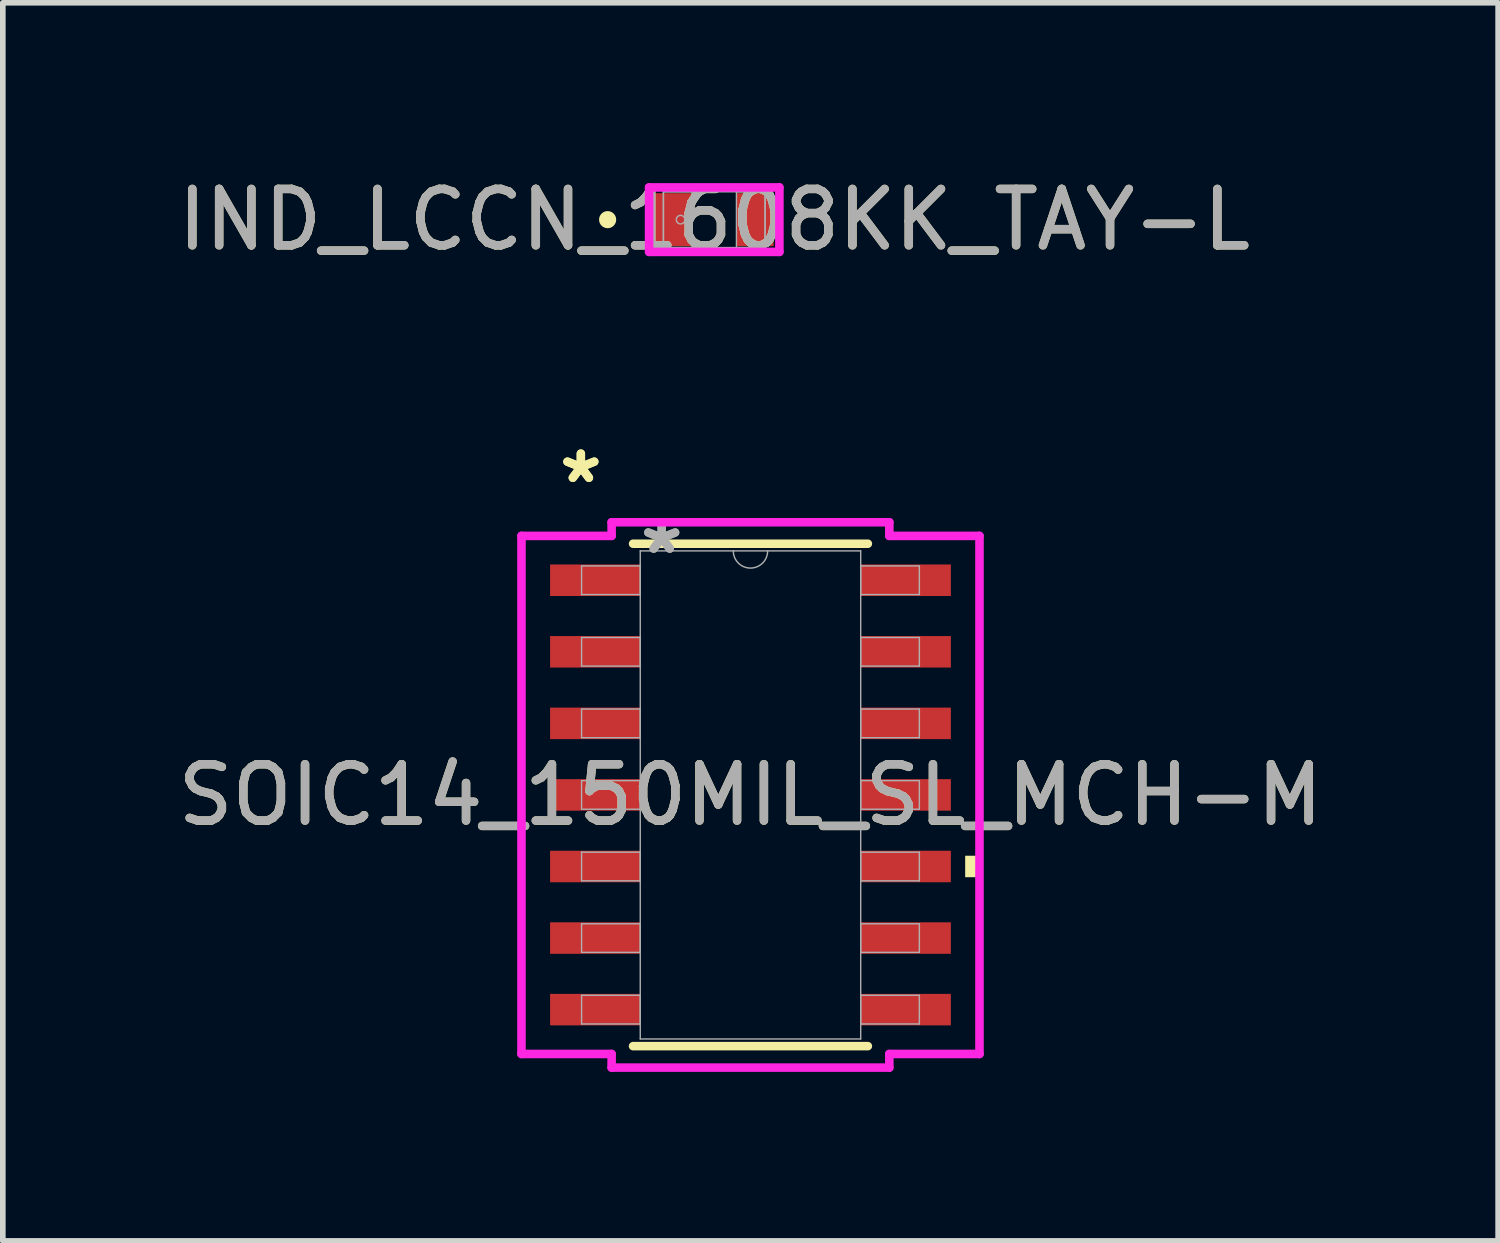
<source format=kicad_pcb>
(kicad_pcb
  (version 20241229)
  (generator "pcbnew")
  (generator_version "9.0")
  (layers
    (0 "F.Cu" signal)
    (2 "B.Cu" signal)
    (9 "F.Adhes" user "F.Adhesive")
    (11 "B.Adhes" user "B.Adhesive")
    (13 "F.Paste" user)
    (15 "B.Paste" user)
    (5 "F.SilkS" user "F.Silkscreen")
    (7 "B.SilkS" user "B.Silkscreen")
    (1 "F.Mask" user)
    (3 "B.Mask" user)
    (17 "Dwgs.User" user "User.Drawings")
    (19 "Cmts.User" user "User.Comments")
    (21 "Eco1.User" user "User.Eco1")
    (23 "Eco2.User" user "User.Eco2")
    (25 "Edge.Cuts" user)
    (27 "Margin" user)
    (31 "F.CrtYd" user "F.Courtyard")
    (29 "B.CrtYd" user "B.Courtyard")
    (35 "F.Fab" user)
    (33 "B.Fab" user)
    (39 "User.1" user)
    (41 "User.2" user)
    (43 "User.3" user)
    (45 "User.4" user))
  (footprint "SOIC14_150MIL_SL_MCH-M"
    (layer "F.Cu")
    (at 10.268 11.057)
    (property "Reference" "SOIC14_150MIL_SL_MCH-M" (at 0 0 0) (unlocked yes) (layer "F.SilkS") (effects (font (size 1 1) (thickness 0.15))))
    (attr smd)
    (fp_line (start -2.083 4.458) (end 2.083 4.458) (stroke (width 0.152) (type solid)) (layer "F.SilkS"))
    (fp_line (start 2.083 -4.458) (end -2.083 -4.458) (stroke (width 0.152) (type solid)) (layer "F.SilkS"))
    (fp_poly (pts (xy 4.064 1.079) (xy 4.064 1.46) (xy 3.81 1.46) (xy 3.81 1.079)) (stroke (width 0) (type solid)) (fill yes) (layer "F.SilkS"))
    (fp_line (start -4.064 -4.597) (end -2.464 -4.597) (stroke (width 0.152) (type solid)) (layer "F.CrtYd"))
    (fp_line (start -4.064 4.597) (end -4.064 -4.597) (stroke (width 0.152) (type solid)) (layer "F.CrtYd"))
    (fp_line (start -4.064 4.597) (end -2.464 4.597) (stroke (width 0.152) (type solid)) (layer "F.CrtYd"))
    (fp_line (start -2.464 -4.839) (end 2.464 -4.839) (stroke (width 0.152) (type solid)) (layer "F.CrtYd"))
    (fp_line (start -2.464 -4.597) (end -2.464 -4.839) (stroke (width 0.152) (type solid)) (layer "F.CrtYd"))
    (fp_line (start -2.464 4.839) (end -2.464 4.597) (stroke (width 0.152) (type solid)) (layer "F.CrtYd"))
    (fp_line (start 2.464 -4.839) (end 2.464 -4.597) (stroke (width 0.152) (type solid)) (layer "F.CrtYd"))
    (fp_line (start 2.464 4.597) (end 2.464 4.839) (stroke (width 0.152) (type solid)) (layer "F.CrtYd"))
    (fp_line (start 2.464 4.839) (end -2.464 4.839) (stroke (width 0.152) (type solid)) (layer "F.CrtYd"))
    (fp_line (start 4.064 -4.597) (end 2.464 -4.597) (stroke (width 0.152) (type solid)) (layer "F.CrtYd"))
    (fp_line (start 4.064 -4.597) (end 4.064 4.597) (stroke (width 0.152) (type solid)) (layer "F.CrtYd"))
    (fp_line (start 4.064 4.597) (end 2.464 4.597) (stroke (width 0.152) (type solid)) (layer "F.CrtYd"))
    (fp_line (start -2.997 -4.064) (end -2.997 -3.556) (stroke (width 0.025) (type solid)) (layer "F.Fab"))
    (fp_line (start -2.997 -3.556) (end -1.956 -3.556) (stroke (width 0.025) (type solid)) (layer "F.Fab"))
    (fp_line (start -2.997 -2.794) (end -2.997 -2.286) (stroke (width 0.025) (type solid)) (layer "F.Fab"))
    (fp_line (start -2.997 -2.286) (end -1.956 -2.286) (stroke (width 0.025) (type solid)) (layer "F.Fab"))
    (fp_line (start -2.997 -1.524) (end -2.997 -1.016) (stroke (width 0.025) (type solid)) (layer "F.Fab"))
    (fp_line (start -2.997 -1.016) (end -1.956 -1.016) (stroke (width 0.025) (type solid)) (layer "F.Fab"))
    (fp_line (start -2.997 -0.254) (end -2.997 0.254) (stroke (width 0.025) (type solid)) (layer "F.Fab"))
    (fp_line (start -2.997 0.254) (end -1.956 0.254) (stroke (width 0.025) (type solid)) (layer "F.Fab"))
    (fp_line (start -2.997 1.016) (end -2.997 1.524) (stroke (width 0.025) (type solid)) (layer "F.Fab"))
    (fp_line (start -2.997 1.524) (end -1.956 1.524) (stroke (width 0.025) (type solid)) (layer "F.Fab"))
    (fp_line (start -2.997 2.286) (end -2.997 2.794) (stroke (width 0.025) (type solid)) (layer "F.Fab"))
    (fp_line (start -2.997 2.794) (end -1.956 2.794) (stroke (width 0.025) (type solid)) (layer "F.Fab"))
    (fp_line (start -2.997 3.556) (end -2.997 4.064) (stroke (width 0.025) (type solid)) (layer "F.Fab"))
    (fp_line (start -2.997 4.064) (end -1.956 4.064) (stroke (width 0.025) (type solid)) (layer "F.Fab"))
    (fp_line (start -1.956 -4.331) (end -1.956 4.331) (stroke (width 0.025) (type solid)) (layer "F.Fab"))
    (fp_line (start -1.956 -4.064) (end -2.997 -4.064) (stroke (width 0.025) (type solid)) (layer "F.Fab"))
    (fp_line (start -1.956 -3.556) (end -1.956 -4.064) (stroke (width 0.025) (type solid)) (layer "F.Fab"))
    (fp_line (start -1.956 -2.794) (end -2.997 -2.794) (stroke (width 0.025) (type solid)) (layer "F.Fab"))
    (fp_line (start -1.956 -2.286) (end -1.956 -2.794) (stroke (width 0.025) (type solid)) (layer "F.Fab"))
    (fp_line (start -1.956 -1.524) (end -2.997 -1.524) (stroke (width 0.025) (type solid)) (layer "F.Fab"))
    (fp_line (start -1.956 -1.016) (end -1.956 -1.524) (stroke (width 0.025) (type solid)) (layer "F.Fab"))
    (fp_line (start -1.956 -0.254) (end -2.997 -0.254) (stroke (width 0.025) (type solid)) (layer "F.Fab"))
    (fp_line (start -1.956 0.254) (end -1.956 -0.254) (stroke (width 0.025) (type solid)) (layer "F.Fab"))
    (fp_line (start -1.956 1.016) (end -2.997 1.016) (stroke (width 0.025) (type solid)) (layer "F.Fab"))
    (fp_line (start -1.956 1.524) (end -1.956 1.016) (stroke (width 0.025) (type solid)) (layer "F.Fab"))
    (fp_line (start -1.956 2.286) (end -2.997 2.286) (stroke (width 0.025) (type solid)) (layer "F.Fab"))
    (fp_line (start -1.956 2.794) (end -1.956 2.286) (stroke (width 0.025) (type solid)) (layer "F.Fab"))
    (fp_line (start -1.956 3.556) (end -2.997 3.556) (stroke (width 0.025) (type solid)) (layer "F.Fab"))
    (fp_line (start -1.956 4.064) (end -1.956 3.556) (stroke (width 0.025) (type solid)) (layer "F.Fab"))
    (fp_line (start -1.956 4.331) (end 1.956 4.331) (stroke (width 0.025) (type solid)) (layer "F.Fab"))
    (fp_line (start 1.956 -4.331) (end -1.956 -4.331) (stroke (width 0.025) (type solid)) (layer "F.Fab"))
    (fp_line (start 1.956 -4.064) (end 1.956 -3.556) (stroke (width 0.025) (type solid)) (layer "F.Fab"))
    (fp_line (start 1.956 -3.556) (end 2.997 -3.556) (stroke (width 0.025) (type solid)) (layer "F.Fab"))
    (fp_line (start 1.956 -2.794) (end 1.956 -2.286) (stroke (width 0.025) (type solid)) (layer "F.Fab"))
    (fp_line (start 1.956 -2.286) (end 2.997 -2.286) (stroke (width 0.025) (type solid)) (layer "F.Fab"))
    (fp_line (start 1.956 -1.524) (end 1.956 -1.016) (stroke (width 0.025) (type solid)) (layer "F.Fab"))
    (fp_line (start 1.956 -1.016) (end 2.997 -1.016) (stroke (width 0.025) (type solid)) (layer "F.Fab"))
    (fp_line (start 1.956 -0.254) (end 1.956 0.254) (stroke (width 0.025) (type solid)) (layer "F.Fab"))
    (fp_line (start 1.956 0.254) (end 2.997 0.254) (stroke (width 0.025) (type solid)) (layer "F.Fab"))
    (fp_line (start 1.956 1.016) (end 1.956 1.524) (stroke (width 0.025) (type solid)) (layer "F.Fab"))
    (fp_line (start 1.956 1.524) (end 2.997 1.524) (stroke (width 0.025) (type solid)) (layer "F.Fab"))
    (fp_line (start 1.956 2.286) (end 1.956 2.794) (stroke (width 0.025) (type solid)) (layer "F.Fab"))
    (fp_line (start 1.956 2.794) (end 2.997 2.794) (stroke (width 0.025) (type solid)) (layer "F.Fab"))
    (fp_line (start 1.956 3.556) (end 1.956 4.064) (stroke (width 0.025) (type solid)) (layer "F.Fab"))
    (fp_line (start 1.956 4.064) (end 2.997 4.064) (stroke (width 0.025) (type solid)) (layer "F.Fab"))
    (fp_line (start 1.956 4.331) (end 1.956 -4.331) (stroke (width 0.025) (type solid)) (layer "F.Fab"))
    (fp_line (start 2.997 -4.064) (end 1.956 -4.064) (stroke (width 0.025) (type solid)) (layer "F.Fab"))
    (fp_line (start 2.997 -3.556) (end 2.997 -4.064) (stroke (width 0.025) (type solid)) (layer "F.Fab"))
    (fp_line (start 2.997 -2.794) (end 1.956 -2.794) (stroke (width 0.025) (type solid)) (layer "F.Fab"))
    (fp_line (start 2.997 -2.286) (end 2.997 -2.794) (stroke (width 0.025) (type solid)) (layer "F.Fab"))
    (fp_line (start 2.997 -1.524) (end 1.956 -1.524) (stroke (width 0.025) (type solid)) (layer "F.Fab"))
    (fp_line (start 2.997 -1.016) (end 2.997 -1.524) (stroke (width 0.025) (type solid)) (layer "F.Fab"))
    (fp_line (start 2.997 -0.254) (end 1.956 -0.254) (stroke (width 0.025) (type solid)) (layer "F.Fab"))
    (fp_line (start 2.997 0.254) (end 2.997 -0.254) (stroke (width 0.025) (type solid)) (layer "F.Fab"))
    (fp_line (start 2.997 1.016) (end 1.956 1.016) (stroke (width 0.025) (type solid)) (layer "F.Fab"))
    (fp_line (start 2.997 1.524) (end 2.997 1.016) (stroke (width 0.025) (type solid)) (layer "F.Fab"))
    (fp_line (start 2.997 2.286) (end 1.956 2.286) (stroke (width 0.025) (type solid)) (layer "F.Fab"))
    (fp_line (start 2.997 2.794) (end 2.997 2.286) (stroke (width 0.025) (type solid)) (layer "F.Fab"))
    (fp_line (start 2.997 3.556) (end 1.956 3.556) (stroke (width 0.025) (type solid)) (layer "F.Fab"))
    (fp_line (start 2.997 4.064) (end 2.997 3.556) (stroke (width 0.025) (type solid)) (layer "F.Fab"))
    (fp_arc (start 0.3048 -4.3307) (mid 0 -4.0259) (end -0.3048 -4.3307) (stroke (width 0.0254) (type solid)) (layer "F.Fab"))
    (fp_text user "*" (at -3.01 -5.512 0) (unlocked yes) (layer "F.SilkS") (effects (font (size 1 1) (thickness 0.15))))
    (fp_text user "*" (at -3.01 -5.512 0) (layer "F.SilkS") (effects (font (size 1 1) (thickness 0.15))))
    (fp_text user "*" (at -1.575 -4.255 0) (unlocked yes) (layer "F.Fab") (effects (font (size 1 1) (thickness 0.15))))
    (fp_text user "${REFERENCE}" (at 0 0 0) (unlocked yes) (layer "F.Fab") (effects (font (size 1 1) (thickness 0.15))))
    (fp_text user "*" (at -1.575 -4.255 0) (layer "F.Fab") (effects (font (size 1 1) (thickness 0.15))))
    (pad "1" smd rect (at -2.756 -3.81) (size 1.6 0.559) (layers "F.Cu" "F.Mask" "F.Paste"))
    (pad "2" smd rect (at -2.756 -2.54) (size 1.6 0.559) (layers "F.Cu" "F.Mask" "F.Paste"))
    (pad "3" smd rect (at -2.756 -1.27) (size 1.6 0.559) (layers "F.Cu" "F.Mask" "F.Paste"))
    (pad "4" smd rect (at -2.756 0) (size 1.6 0.559) (layers "F.Cu" "F.Mask" "F.Paste"))
    (pad "5" smd rect (at -2.756 1.27) (size 1.6 0.559) (layers "F.Cu" "F.Mask" "F.Paste"))
    (pad "6" smd rect (at -2.756 2.54) (size 1.6 0.559) (layers "F.Cu" "F.Mask" "F.Paste"))
    (pad "7" smd rect (at -2.756 3.81) (size 1.6 0.559) (layers "F.Cu" "F.Mask" "F.Paste"))
    (pad "8" smd rect (at 2.756 3.81) (size 1.6 0.559) (layers "F.Cu" "F.Mask" "F.Paste"))
    (pad "9" smd rect (at 2.756 2.54) (size 1.6 0.559) (layers "F.Cu" "F.Mask" "F.Paste"))
    (pad "10" smd rect (at 2.756 1.27) (size 1.6 0.559) (layers "F.Cu" "F.Mask" "F.Paste"))
    (pad "11" smd rect (at 2.756 0) (size 1.6 0.559) (layers "F.Cu" "F.Mask" "F.Paste"))
    (pad "12" smd rect (at 2.756 -1.27) (size 1.6 0.559) (layers "F.Cu" "F.Mask" "F.Paste"))
    (pad "13" smd rect (at 2.756 -2.54) (size 1.6 0.559) (layers "F.Cu" "F.Mask" "F.Paste"))
    (pad "14" smd rect (at 2.756 -3.81) (size 1.6 0.559) (layers "F.Cu" "F.Mask" "F.Paste")))
  (footprint "IND_LCCN_1608KK_TAY-L"
    (layer "F.Cu")
    (at 9.625 0.848)
    (property "Reference" "IND_LCCN_1608KK_TAY-L" (at 0 0 0) (unlocked yes) (layer "F.SilkS") (effects (font (size 1 1) (thickness 0.15))))
    (attr smd)
    (fp_circle (center -1.892 0) (end -1.816 0) (stroke (width 0.152) (type solid)) (fill no) (layer "F.SilkS"))
    (fp_line (start -1.156 -0.572) (end 1.156 -0.572) (stroke (width 0.152) (type solid)) (layer "F.CrtYd"))
    (fp_line (start -1.156 0.572) (end -1.156 -0.572) (stroke (width 0.152) (type solid)) (layer "F.CrtYd"))
    (fp_line (start 1.156 -0.572) (end 1.156 0.572) (stroke (width 0.152) (type solid)) (layer "F.CrtYd"))
    (fp_line (start 1.156 0.572) (end -1.156 0.572) (stroke (width 0.152) (type solid)) (layer "F.CrtYd"))
    (fp_line (start -0.902 -0.495) (end -0.902 0.495) (stroke (width 0.025) (type solid)) (layer "F.Fab"))
    (fp_line (start -0.902 -0.495) (end -0.902 0.495) (stroke (width 0.025) (type solid)) (layer "F.Fab"))
    (fp_line (start -0.902 0.495) (end -0.394 0.495) (stroke (width 0.025) (type solid)) (layer "F.Fab"))
    (fp_line (start -0.902 0.495) (end 0.902 0.495) (stroke (width 0.025) (type solid)) (layer "F.Fab"))
    (fp_line (start -0.394 -0.495) (end -0.902 -0.495) (stroke (width 0.025) (type solid)) (layer "F.Fab"))
    (fp_line (start -0.394 0.495) (end -0.394 -0.495) (stroke (width 0.025) (type solid)) (layer "F.Fab"))
    (fp_line (start 0.394 -0.495) (end 0.394 0.495) (stroke (width 0.025) (type solid)) (layer "F.Fab"))
    (fp_line (start 0.394 0.495) (end 0.902 0.495) (stroke (width 0.025) (type solid)) (layer "F.Fab"))
    (fp_line (start 0.902 -0.495) (end -0.902 -0.495) (stroke (width 0.025) (type solid)) (layer "F.Fab"))
    (fp_line (start 0.902 -0.495) (end 0.394 -0.495) (stroke (width 0.025) (type solid)) (layer "F.Fab"))
    (fp_line (start 0.902 0.495) (end 0.902 -0.495) (stroke (width 0.025) (type solid)) (layer "F.Fab"))
    (fp_line (start 0.902 0.495) (end 0.902 -0.495) (stroke (width 0.025) (type solid)) (layer "F.Fab"))
    (fp_circle (center -0.597 0) (end -0.521 0) (stroke (width 0.025) (type solid)) (fill no) (layer "F.Fab"))
    (fp_text user "${REFERENCE}" (at 0 0 0) (unlocked yes) (layer "F.Fab") (effects (font (size 1 1) (thickness 0.15))))
    (pad "1" smd rect (at -0.724 0) (size 0.66 0.94) (layers "F.Cu" "F.Mask" "F.Paste"))
    (pad "2" smd rect (at 0.724 0) (size 0.66 0.94) (layers "F.Cu" "F.Mask" "F.Paste"))
    (zone (net_name "") (layer "F.Cu") (hatch full 0.508) (connect_pads) (min_thickness 0.254) (filled_areas_thickness no) (keepout (tracks not_allowed) (vias not_allowed) (pads allowed) (copperpour not_allowed) (footprints allowed)) (placement (enabled no)) (fill) (polygon (pts (xy 9.282 0.404) (xy 9.968 0.404) (xy 9.968 1.293) (xy 9.282 1.293)))))
  (gr_rect
    (start -3 -3)
    (end 23.536 18.971)
    (stroke (width 0.1) (type default))
    (fill no)
    (layer "Edge.Cuts")))
</source>
